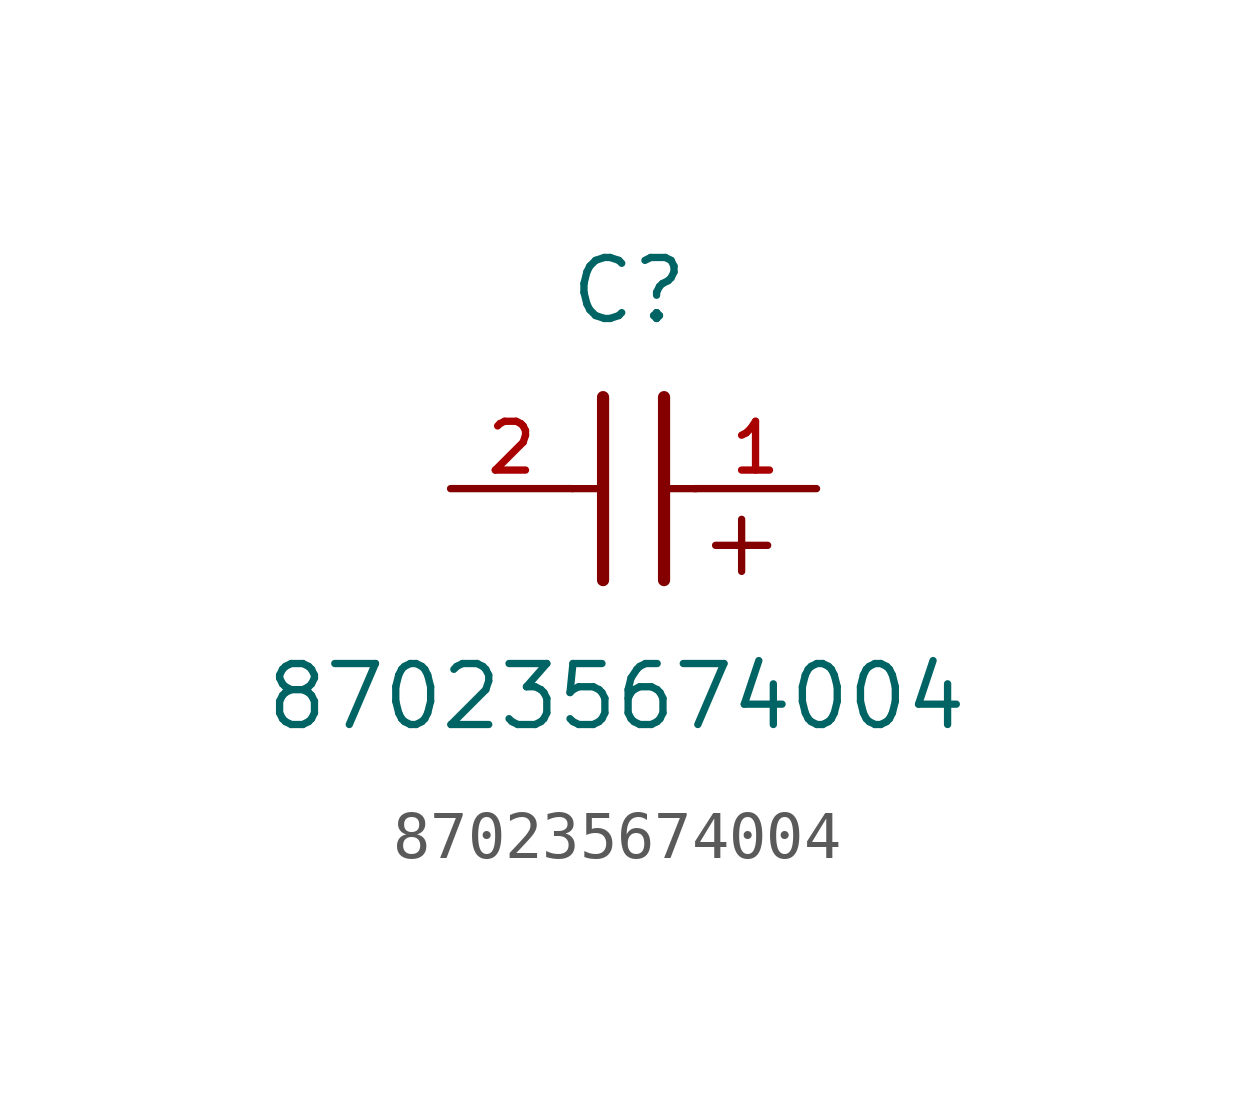
<source format=kicad_sym>
(kicad_symbol_lib
  (version 20211014)
  (generator kicad_symbol_editor)
  (symbol "870235674004"
    (pin_names
      (offset 1.016))
    (property "Reference" "C"
      (at 1.175 3.38 0)
      (effects (font (size 1.27 1.27)) (justify bottom)))
    (property "Value" "870235674004"
      (at 0.915 -5.075 0)
      (effects (font (size 1.27 1.27)) (justify bottom)))
    (symbol "870235674004_0_0"
      (text "+" (at 2.54 -1.905 0) (effects (font (size 1.422 1.422)) (justify bottom left)))
      (polyline (pts (xy 1.905 1.905) (xy 1.905 -1.905)) (stroke (width 0.254)))
      (polyline (pts (xy 0.635 -1.905) (xy 0.635 1.905)) (stroke (width 0.254)))
      (polyline (pts (xy 0.0 0.0) (xy 0.643 0.0)) (stroke (width 0.152)))
      (polyline (pts (xy 1.928 0.0) (xy 2.57 0.0)) (stroke (width 0.152)))
      (pin passive line (at 5.08 0.0 180.0) (length 2.54) (name "~" (effects (font (size 1.016 1.016)))) (number "1" (effects (font (size 1.016 1.016)))))
      (pin passive line (at -2.54 0.0 0) (length 2.54) (name "~" (effects (font (size 1.016 1.016)))) (number "2" (effects (font (size 1.016 1.016))))))))
</source>
